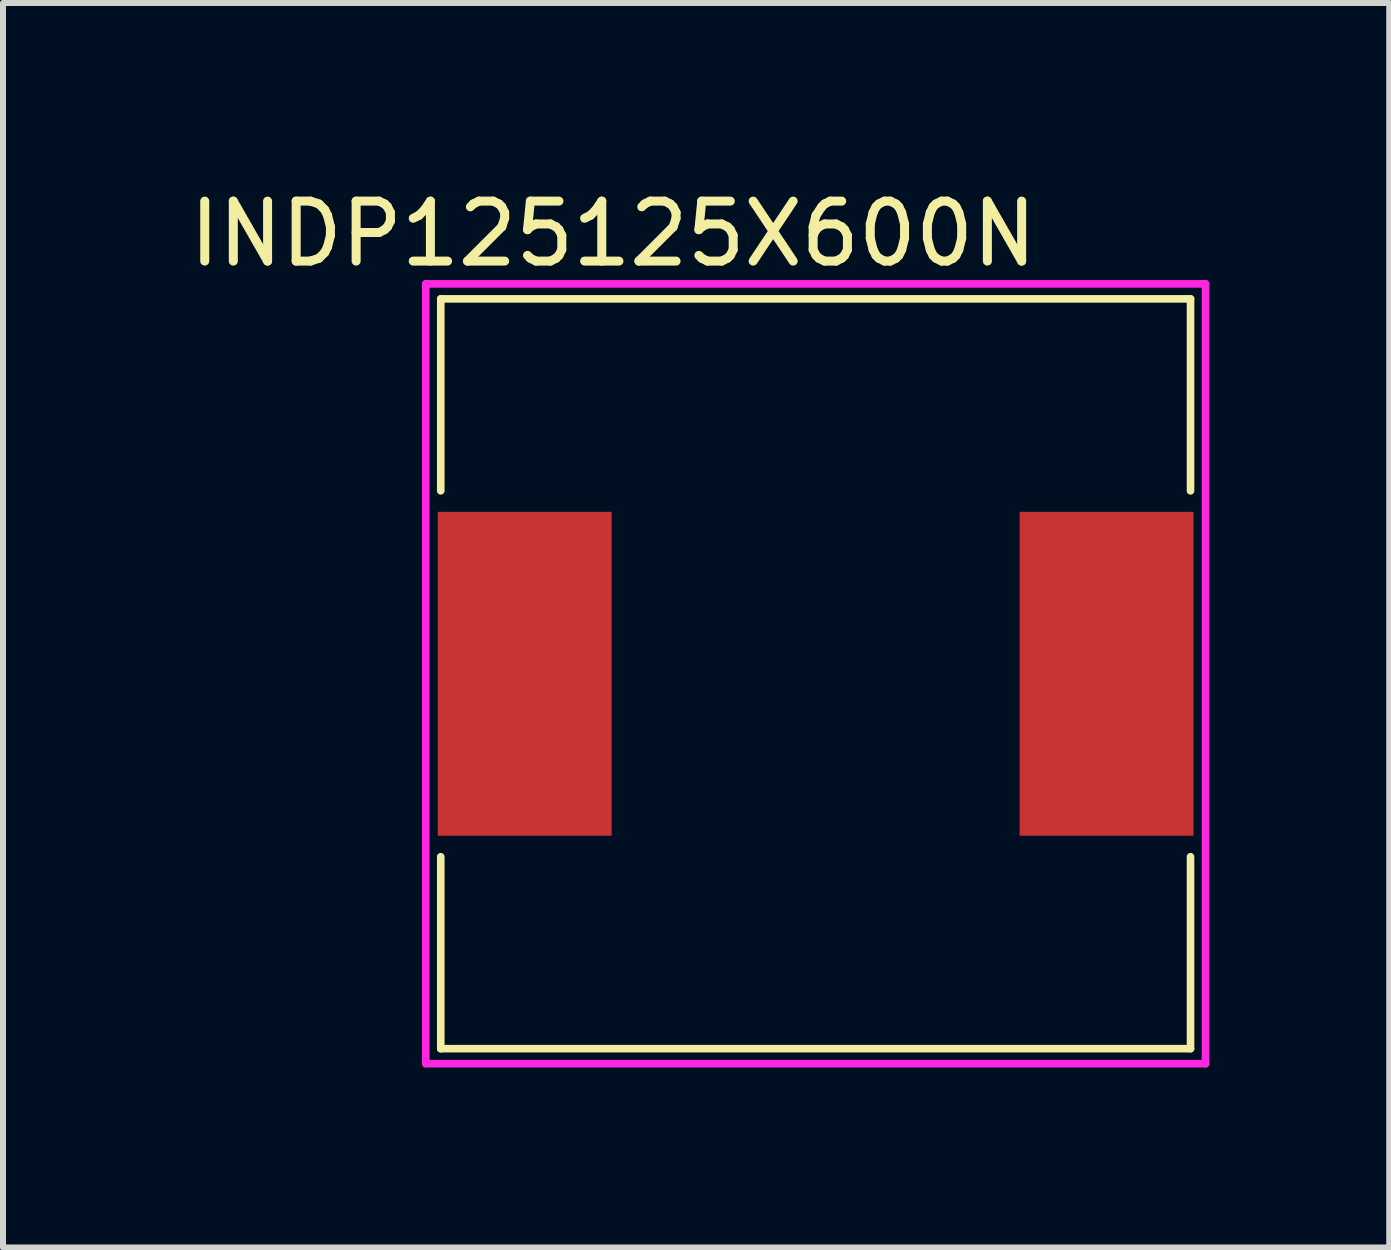
<source format=kicad_pcb>
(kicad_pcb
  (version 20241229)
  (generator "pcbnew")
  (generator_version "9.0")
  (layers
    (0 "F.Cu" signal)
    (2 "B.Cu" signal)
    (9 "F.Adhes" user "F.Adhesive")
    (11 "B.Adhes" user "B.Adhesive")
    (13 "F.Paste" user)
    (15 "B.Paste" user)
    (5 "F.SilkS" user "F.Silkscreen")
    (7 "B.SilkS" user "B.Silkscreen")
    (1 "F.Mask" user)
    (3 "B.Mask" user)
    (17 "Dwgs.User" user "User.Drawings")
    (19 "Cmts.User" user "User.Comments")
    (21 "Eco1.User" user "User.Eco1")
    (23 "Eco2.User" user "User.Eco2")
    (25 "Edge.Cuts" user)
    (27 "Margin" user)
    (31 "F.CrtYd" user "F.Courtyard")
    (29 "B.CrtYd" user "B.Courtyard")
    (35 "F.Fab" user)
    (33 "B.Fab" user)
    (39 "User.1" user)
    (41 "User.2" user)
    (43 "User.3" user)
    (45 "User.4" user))
  (footprint "INDP125125X600N"
    (layer "F.Cu")
    (at 10.548 8.183)
    (property "Reference" "INDP125125X600N" (at -3.375 -7.335 0) (layer "F.SilkS") (effects (font (size 1 1) (thickness 0.15))))
    (attr smd)
    (fp_line (start -6.25 -6.25) (end -6.25 -3.05) (stroke (width 0.127) (type solid)) (layer "F.SilkS"))
    (fp_line (start -6.25 -6.25) (end 6.25 -6.25) (stroke (width 0.127) (type solid)) (layer "F.SilkS"))
    (fp_line (start -6.25 3.05) (end -6.25 6.25) (stroke (width 0.127) (type solid)) (layer "F.SilkS"))
    (fp_line (start -6.25 6.25) (end 6.25 6.25) (stroke (width 0.127) (type solid)) (layer "F.SilkS"))
    (fp_line (start 6.25 -6.25) (end 6.25 -3.05) (stroke (width 0.127) (type solid)) (layer "F.SilkS"))
    (fp_line (start 6.25 3.05) (end 6.25 6.25) (stroke (width 0.127) (type solid)) (layer "F.SilkS"))
    (fp_line (start -6.5 -6.5) (end 6.5 -6.5) (stroke (width 0.127) (type solid)) (layer "F.CrtYd"))
    (fp_line (start -6.5 6.5) (end -6.5 -6.5) (stroke (width 0.127) (type solid)) (layer "F.CrtYd"))
    (fp_line (start 6.5 -6.5) (end 6.5 6.5) (stroke (width 0.127) (type solid)) (layer "F.CrtYd"))
    (fp_line (start 6.5 6.5) (end -6.5 6.5) (stroke (width 0.127) (type solid)) (layer "F.CrtYd"))
    (pad "1" smd rect (at -4.85 0) (size 2.9 5.4) (layers "F.Cu" "F.Mask" "F.Paste"))
    (pad "2" smd rect (at 4.85 0) (size 2.9 5.4) (layers "F.Cu" "F.Mask" "F.Paste")))
  (gr_rect
    (start -3 -3)
    (end 20.111 17.747)
    (stroke (width 0.1) (type default))
    (fill no)
    (layer "Edge.Cuts")))
</source>
